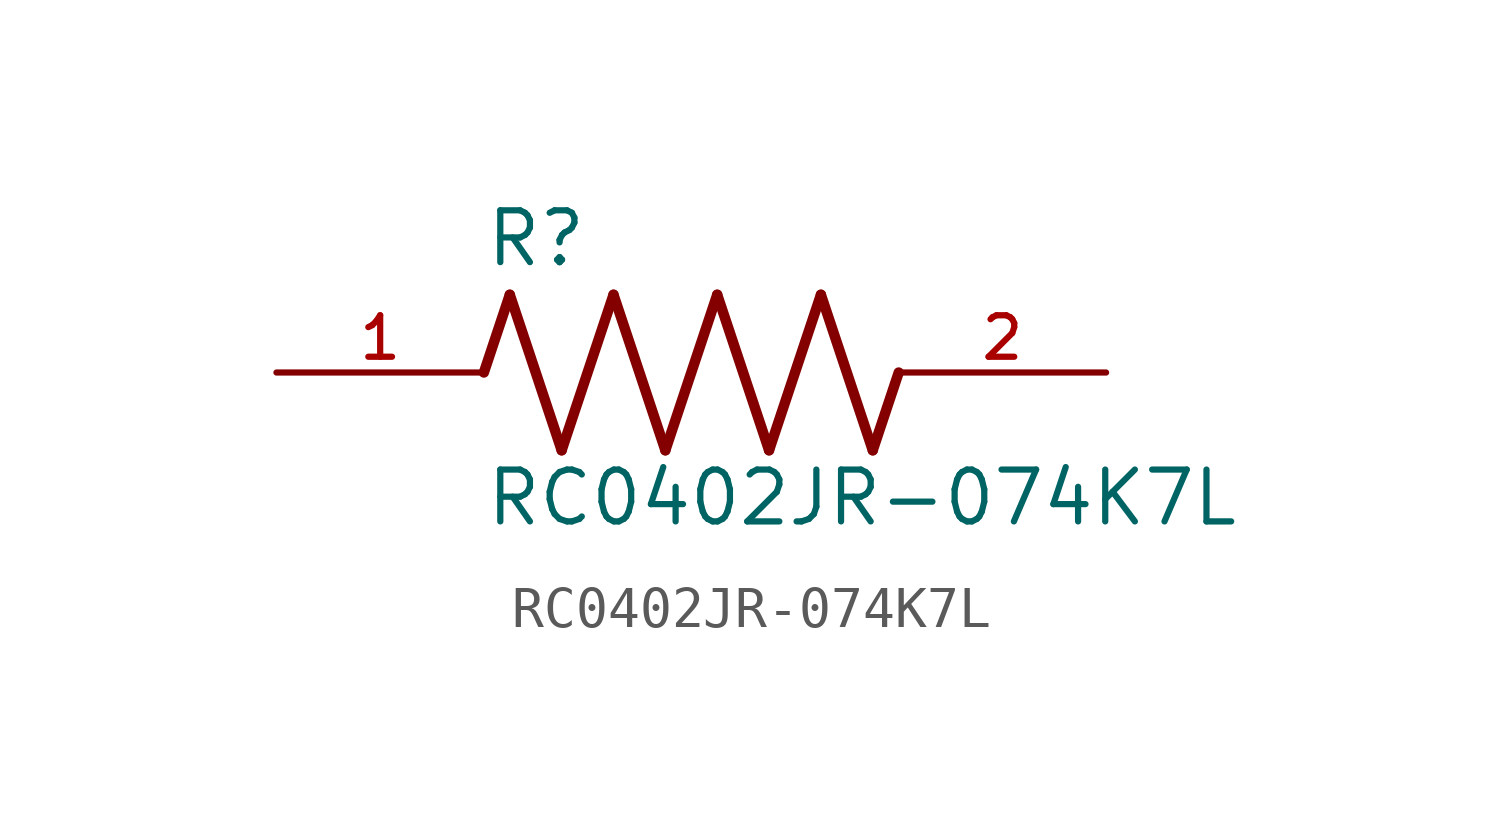
<source format=kicad_sym>
(kicad_symbol_lib
  (version 20211014)
  (generator kicad_symbol_editor)
  (symbol "RC0402JR-074K7L"
    (pin_names
      (offset 1.016))
    (property "Reference" "R"
      (at -5.08 2.54 0)
      (effects (font (size 1.27 1.27)) (justify bottom left)))
    (property "Value" "RC0402JR-074K7L"
      (at -5.08 -3.81 0)
      (effects (font (size 1.27 1.27)) (justify bottom left)))
    (symbol "RC0402JR-074K7L_0_0"
      (polyline (pts (xy -5.08 0.0) (xy -4.445 1.905)) (stroke (width 0.254)))
      (polyline (pts (xy -4.445 1.905) (xy -3.175 -1.905)) (stroke (width 0.254)))
      (polyline (pts (xy -3.175 -1.905) (xy -1.905 1.905)) (stroke (width 0.254)))
      (polyline (pts (xy -1.905 1.905) (xy -0.635 -1.905)) (stroke (width 0.254)))
      (polyline (pts (xy -0.635 -1.905) (xy 0.635 1.905)) (stroke (width 0.254)))
      (polyline (pts (xy 0.635 1.905) (xy 1.905 -1.905)) (stroke (width 0.254)))
      (polyline (pts (xy 1.905 -1.905) (xy 3.175 1.905)) (stroke (width 0.254)))
      (polyline (pts (xy 3.175 1.905) (xy 4.445 -1.905)) (stroke (width 0.254)))
      (polyline (pts (xy 4.445 -1.905) (xy 5.08 0.0)) (stroke (width 0.254)))
      (pin passive line (at -10.16 0.0 0) (length 5.08) (name "~" (effects (font (size 1.016 1.016)))) (number "1" (effects (font (size 1.016 1.016)))))
      (pin passive line (at 10.16 0.0 180.0) (length 5.08) (name "~" (effects (font (size 1.016 1.016)))) (number "2" (effects (font (size 1.016 1.016))))))))
</source>
